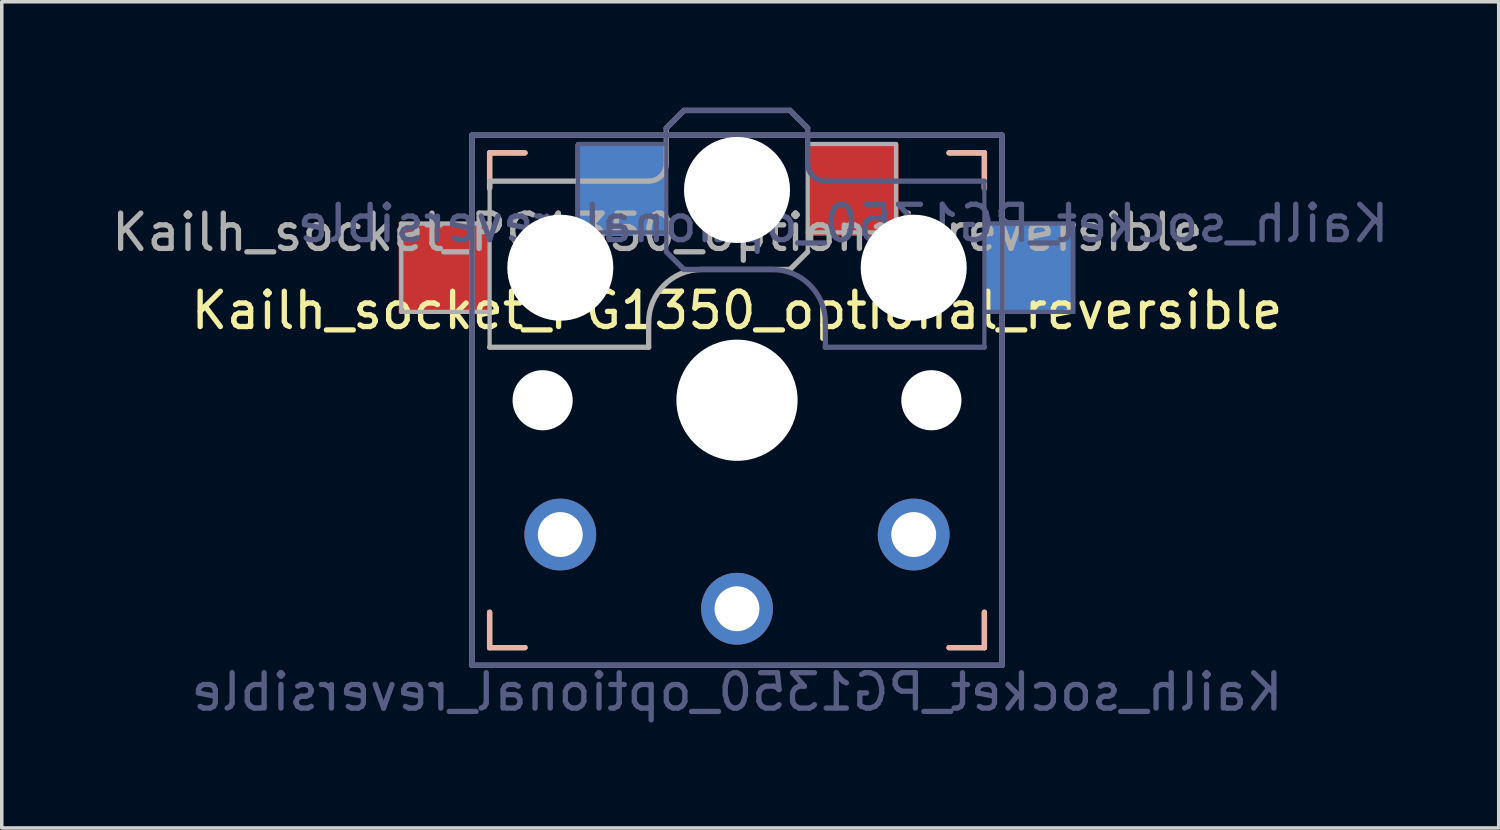
<source format=kicad_pcb>
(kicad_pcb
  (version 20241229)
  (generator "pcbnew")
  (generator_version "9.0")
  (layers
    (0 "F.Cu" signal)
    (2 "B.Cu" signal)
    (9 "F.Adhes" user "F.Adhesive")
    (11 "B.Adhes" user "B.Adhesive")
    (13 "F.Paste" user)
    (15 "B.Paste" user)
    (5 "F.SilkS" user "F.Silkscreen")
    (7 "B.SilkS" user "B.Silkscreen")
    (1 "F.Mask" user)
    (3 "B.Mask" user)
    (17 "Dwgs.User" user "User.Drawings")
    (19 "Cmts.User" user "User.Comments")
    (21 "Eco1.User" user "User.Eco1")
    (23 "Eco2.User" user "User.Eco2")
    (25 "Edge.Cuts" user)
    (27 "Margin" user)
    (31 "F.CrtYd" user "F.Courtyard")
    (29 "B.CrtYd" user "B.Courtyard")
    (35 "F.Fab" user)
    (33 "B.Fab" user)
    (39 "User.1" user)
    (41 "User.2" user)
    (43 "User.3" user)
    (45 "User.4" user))
  (footprint "Kailh_socket_PG1350_optional_reversible"
    (layer "F.Cu")
    (at 17.804 8.275)
    (property "Reference" "Kailh_socket_PG1350_optional_reversible" (at 0 -2.54 0) (layer "F.SilkS") (effects (font (size 1 1) (thickness 0.15))))
    (property "Value" "Kailh_socket_PG1350_optional_reversible" (at 0 8.255 0) (layer "F.Fab") (hide yes) (effects (font (size 1 1) (thickness 0.15))))
    (attr through_hole)
    (fp_line (start -7 -7) (end -6 -7) (stroke (width 0.15) (type solid)) (layer "F.SilkS"))
    (fp_line (start -7 -6) (end -7 -7) (stroke (width 0.15) (type solid)) (layer "F.SilkS"))
    (fp_line (start -7 7) (end -7 6) (stroke (width 0.15) (type solid)) (layer "F.SilkS"))
    (fp_line (start -6 7) (end -7 7) (stroke (width 0.15) (type solid)) (layer "F.SilkS"))
    (fp_line (start 6 -7) (end 7 -7) (stroke (width 0.15) (type solid)) (layer "F.SilkS"))
    (fp_line (start 7 -7) (end 7 -6) (stroke (width 0.15) (type solid)) (layer "F.SilkS"))
    (fp_line (start 7 6) (end 7 7) (stroke (width 0.15) (type solid)) (layer "F.SilkS"))
    (fp_line (start 7 7) (end 6 7) (stroke (width 0.15) (type solid)) (layer "F.SilkS"))
    (fp_line (start -7 -7) (end -6 -7) (stroke (width 0.15) (type solid)) (layer "B.SilkS"))
    (fp_line (start -7 -6) (end -7 -7) (stroke (width 0.15) (type solid)) (layer "B.SilkS"))
    (fp_line (start -7 7) (end -7 6) (stroke (width 0.15) (type solid)) (layer "B.SilkS"))
    (fp_line (start -6 7) (end -7 7) (stroke (width 0.15) (type solid)) (layer "B.SilkS"))
    (fp_line (start 6 -7) (end 7 -7) (stroke (width 0.15) (type solid)) (layer "B.SilkS"))
    (fp_line (start 7 -7) (end 7 -6) (stroke (width 0.15) (type solid)) (layer "B.SilkS"))
    (fp_line (start 7 6) (end 7 7) (stroke (width 0.15) (type solid)) (layer "B.SilkS"))
    (fp_line (start 7 7) (end 6 7) (stroke (width 0.15) (type solid)) (layer "B.SilkS"))
    (fp_line (start -6.9 6.9) (end -6.9 -6.9) (stroke (width 0.15) (type solid)) (layer "Eco2.User"))
    (fp_line (start -6.9 6.9) (end 6.9 6.9) (stroke (width 0.15) (type solid)) (layer "Eco2.User"))
    (fp_line (start -2.6 -3.1) (end -2.6 -6.3) (stroke (width 0.15) (type solid)) (layer "Eco2.User"))
    (fp_line (start -2.6 -3.1) (end 2.6 -3.1) (stroke (width 0.15) (type solid)) (layer "Eco2.User"))
    (fp_line (start 2.6 -6.3) (end -2.6 -6.3) (stroke (width 0.15) (type solid)) (layer "Eco2.User"))
    (fp_line (start 2.6 -3.1) (end 2.6 -6.3) (stroke (width 0.15) (type solid)) (layer "Eco2.User"))
    (fp_line (start 6.9 -6.9) (end -6.9 -6.9) (stroke (width 0.15) (type solid)) (layer "Eco2.User"))
    (fp_line (start 6.9 -6.9) (end 6.9 6.9) (stroke (width 0.15) (type solid)) (layer "Eco2.User"))
    (fp_line (start -7.5 -7.5) (end 7.5 -7.5) (stroke (width 0.15) (type solid)) (layer "B.Fab"))
    (fp_line (start -7.5 7.5) (end -7.5 -7.5) (stroke (width 0.15) (type solid)) (layer "B.Fab"))
    (fp_line (start -4.5 -7.25) (end -2 -7.25) (stroke (width 0.12) (type solid)) (layer "B.Fab"))
    (fp_line (start -4.5 -4.75) (end -4.5 -7.25) (stroke (width 0.12) (type solid)) (layer "B.Fab"))
    (fp_line (start -2 -7.7) (end -1.5 -8.2) (stroke (width 0.15) (type solid)) (layer "B.Fab"))
    (fp_line (start -2 -4.75) (end -4.5 -4.75) (stroke (width 0.12) (type solid)) (layer "B.Fab"))
    (fp_line (start -2 -4.25) (end -2 -7.7) (stroke (width 0.12) (type solid)) (layer "B.Fab"))
    (fp_line (start -2 -4.2) (end -1.5 -3.7) (stroke (width 0.15) (type solid)) (layer "B.Fab"))
    (fp_line (start -1.5 -8.2) (end 1.5 -8.2) (stroke (width 0.15) (type solid)) (layer "B.Fab"))
    (fp_line (start -1.5 -3.7) (end 1 -3.7) (stroke (width 0.15) (type solid)) (layer "B.Fab"))
    (fp_line (start 1.5 -8.2) (end 2 -7.7) (stroke (width 0.15) (type solid)) (layer "B.Fab"))
    (fp_line (start 2 -6.7) (end 2 -7.7) (stroke (width 0.15) (type solid)) (layer "B.Fab"))
    (fp_line (start 2.5 -2.2) (end 2.5 -1.5) (stroke (width 0.15) (type solid)) (layer "B.Fab"))
    (fp_line (start 2.5 -1.5) (end 7 -1.5) (stroke (width 0.15) (type solid)) (layer "B.Fab"))
    (fp_line (start 7 -6.2) (end 2.5 -6.2) (stroke (width 0.15) (type solid)) (layer "B.Fab"))
    (fp_line (start 7 -5) (end 9.5 -5) (stroke (width 0.12) (type solid)) (layer "B.Fab"))
    (fp_line (start 7 -1.5) (end 7 -6.2) (stroke (width 0.12) (type solid)) (layer "B.Fab"))
    (fp_line (start 7.5 -7.5) (end 7.5 7.5) (stroke (width 0.15) (type solid)) (layer "B.Fab"))
    (fp_line (start 7.5 7.5) (end -7.5 7.5) (stroke (width 0.15) (type solid)) (layer "B.Fab"))
    (fp_line (start 9.5 -5) (end 9.5 -2.5) (stroke (width 0.12) (type solid)) (layer "B.Fab"))
    (fp_line (start 9.5 -2.5) (end 7 -2.5) (stroke (width 0.12) (type solid)) (layer "B.Fab"))
    (fp_arc (start 1 -3.7) (mid 2.06066 -3.26066) (end 2.5 -2.2) (stroke (width 0.15) (type solid)) (layer "B.Fab"))
    (fp_arc (start 2.5 -6.2) (mid 2.146447 -6.346447) (end 2 -6.7) (stroke (width 0.15) (type solid)) (layer "B.Fab"))
    (fp_line (start -9.5 -5) (end -9.5 -2.5) (stroke (width 0.12) (type solid)) (layer "F.Fab"))
    (fp_line (start -9.5 -2.5) (end -7 -2.5) (stroke (width 0.12) (type solid)) (layer "F.Fab"))
    (fp_line (start -7.5 -7.5) (end 7.5 -7.5) (stroke (width 0.15) (type solid)) (layer "F.Fab"))
    (fp_line (start -7.5 7.5) (end -7.5 -7.5) (stroke (width 0.15) (type solid)) (layer "F.Fab"))
    (fp_line (start -7 -6.2) (end -2.5 -6.2) (stroke (width 0.15) (type solid)) (layer "F.Fab"))
    (fp_line (start -7 -5) (end -9.5 -5) (stroke (width 0.12) (type solid)) (layer "F.Fab"))
    (fp_line (start -7 -1.5) (end -7 -6.2) (stroke (width 0.12) (type solid)) (layer "F.Fab"))
    (fp_line (start -2.5 -2.2) (end -2.5 -1.5) (stroke (width 0.15) (type solid)) (layer "F.Fab"))
    (fp_line (start -2.5 -1.5) (end -7 -1.5) (stroke (width 0.15) (type solid)) (layer "F.Fab"))
    (fp_line (start -2 -6.7) (end -2 -7.7) (stroke (width 0.15) (type solid)) (layer "F.Fab"))
    (fp_line (start -1.5 -8.2) (end -2 -7.7) (stroke (width 0.15) (type solid)) (layer "F.Fab"))
    (fp_line (start 1.5 -8.2) (end -1.5 -8.2) (stroke (width 0.15) (type solid)) (layer "F.Fab"))
    (fp_line (start 1.5 -3.7) (end -1 -3.7) (stroke (width 0.15) (type solid)) (layer "F.Fab"))
    (fp_line (start 2 -7.7) (end 1.5 -8.2) (stroke (width 0.15) (type solid)) (layer "F.Fab"))
    (fp_line (start 2 -4.75) (end 4.5 -4.75) (stroke (width 0.12) (type solid)) (layer "F.Fab"))
    (fp_line (start 2 -4.25) (end 2 -7.7) (stroke (width 0.12) (type solid)) (layer "F.Fab"))
    (fp_line (start 2 -4.2) (end 1.5 -3.7) (stroke (width 0.15) (type solid)) (layer "F.Fab"))
    (fp_line (start 4.5 -7.25) (end 2 -7.25) (stroke (width 0.12) (type solid)) (layer "F.Fab"))
    (fp_line (start 4.5 -4.75) (end 4.5 -7.25) (stroke (width 0.12) (type solid)) (layer "F.Fab"))
    (fp_line (start 7.5 -7.5) (end 7.5 7.5) (stroke (width 0.15) (type solid)) (layer "F.Fab"))
    (fp_line (start 7.5 7.5) (end -7.5 7.5) (stroke (width 0.15) (type solid)) (layer "F.Fab"))
    (fp_arc (start -2.5 -2.2) (mid -2.06066 -3.26066) (end -1 -3.7) (stroke (width 0.15) (type solid)) (layer "F.Fab"))
    (fp_arc (start -2 -6.7) (mid -2.146447 -6.346447) (end -2.5 -6.2) (stroke (width 0.15) (type solid)) (layer "F.Fab"))
    (fp_text user "${REFERENCE}" (at 3 -5 180) (layer "B.Fab") (effects (font (size 1 1) (thickness 0.15)) (justify mirror)))
    (fp_text user "${VALUE}" (at 0 8.255 0) (layer "B.Fab") (effects (font (size 1 1) (thickness 0.15)) (justify mirror)))
    (fp_text user "${REFERENCE}" (at -2.25 -4.75 0) (layer "F.Fab") (effects (font (size 1 1) (thickness 0.15))))
    (pad "" np_thru_hole circle (at -5.5 0) (size 1.702 1.702) (drill 1.702) (layers "*.Cu" "*.Mask"))
    (pad "" np_thru_hole circle (at -5 -3.75) (size 3 3) (drill 3) (layers "*.Cu" "*.Mask"))
    (pad "" np_thru_hole circle (at 0 -5.95) (size 3 3) (drill 3) (layers "*.Cu" "*.Mask"))
    (pad "" np_thru_hole circle (at 0 0) (size 3.429 3.429) (drill 3.429) (layers "*.Cu" "*.Mask"))
    (pad "" np_thru_hole circle (at 5 -3.75) (size 3 3) (drill 3) (layers "*.Cu" "*.Mask"))
    (pad "" np_thru_hole circle (at 5.5 0) (size 1.702 1.702) (drill 1.702) (layers "*.Cu" "*.Mask"))
    (pad "1" smd rect (at -3.275 -5.95) (size 2.6 2.6) (layers "B.Cu" "B.Mask" "B.Paste"))
    (pad "1" thru_hole circle (at 0 5.9) (size 2.032 2.032) (drill 1.27) (layers "*.Cu" "*.Mask"))
    (pad "1" smd rect (at 3.275 -5.95) (size 2.6 2.6) (layers "F.Cu" "F.Mask" "F.Paste"))
    (pad "2" smd rect (at -8.275 -3.75) (size 2.6 2.6) (layers "F.Cu" "F.Mask" "F.Paste"))
    (pad "2" thru_hole circle (at -5 3.8) (size 2.032 2.032) (drill 1.27) (layers "*.Cu" "*.Mask"))
    (pad "2" thru_hole circle (at 5 3.8) (size 2.032 2.032) (drill 1.27) (layers "*.Cu" "*.Mask"))
    (pad "2" smd rect (at 8.275 -3.75) (size 2.6 2.6) (layers "B.Cu" "B.Mask" "B.Paste")))
  (gr_rect
    (start -3 -3)
    (end 39.357 20.378)
    (stroke (width 0.1) (type default))
    (fill no)
    (layer "Edge.Cuts")))
</source>
